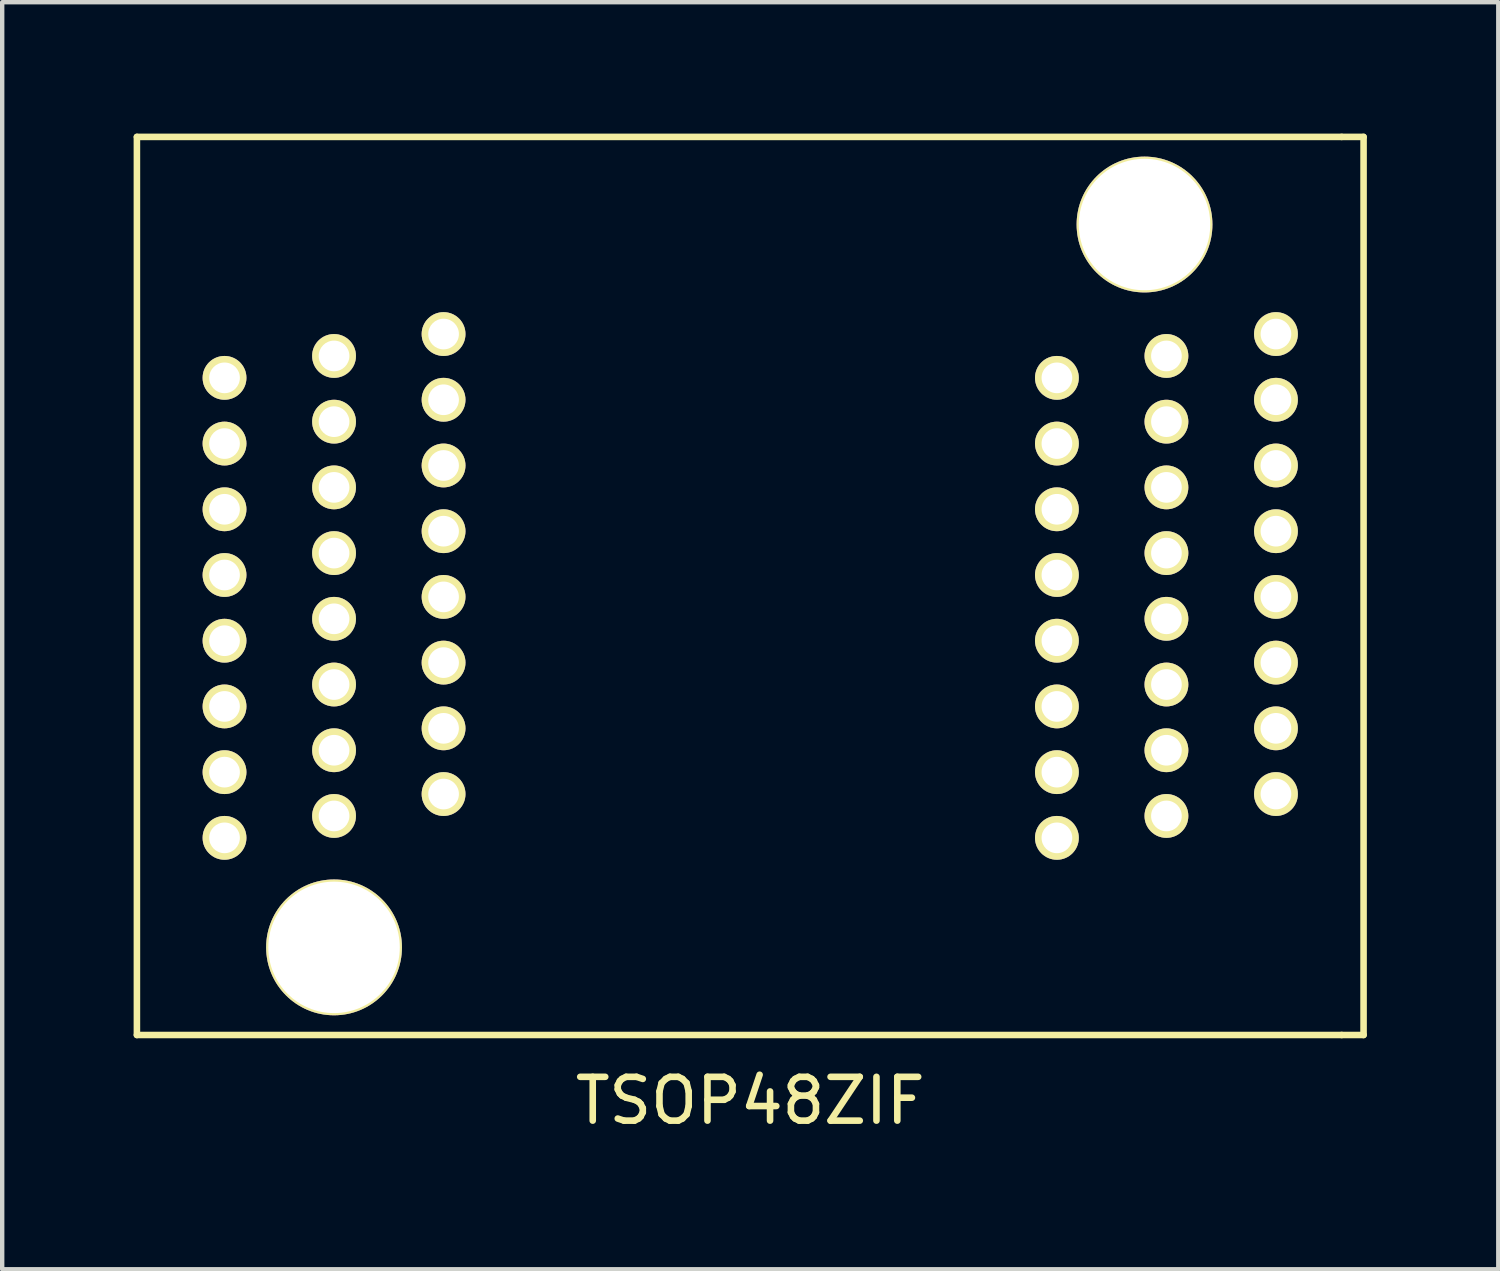
<source format=kicad_pcb>
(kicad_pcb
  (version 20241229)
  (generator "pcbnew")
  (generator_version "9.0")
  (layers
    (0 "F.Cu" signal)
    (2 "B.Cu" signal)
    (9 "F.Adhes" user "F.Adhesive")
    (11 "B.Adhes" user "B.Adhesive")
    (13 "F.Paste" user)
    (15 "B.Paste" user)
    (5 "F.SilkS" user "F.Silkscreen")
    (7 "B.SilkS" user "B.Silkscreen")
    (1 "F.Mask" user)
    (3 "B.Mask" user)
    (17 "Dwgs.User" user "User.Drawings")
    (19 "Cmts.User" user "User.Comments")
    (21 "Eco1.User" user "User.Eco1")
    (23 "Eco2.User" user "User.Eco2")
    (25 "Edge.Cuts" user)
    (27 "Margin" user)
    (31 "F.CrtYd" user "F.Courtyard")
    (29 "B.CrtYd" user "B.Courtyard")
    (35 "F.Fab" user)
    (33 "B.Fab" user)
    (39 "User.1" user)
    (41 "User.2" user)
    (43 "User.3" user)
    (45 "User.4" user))
  (footprint "TSOP48ZIF"
    (layer "F.Cu")
    (at 7.075 22.575)
    (property "Reference" "TSOP48ZIF" (at 7 -0.5 0) (layer "F.SilkS") (effects (font (size 1 1) (thickness 0.15))))
    (attr through_hole)
    (fp_line (start -7 -22.5) (end 20.5 -22.5) (stroke (width 0.15) (type solid)) (layer "F.SilkS"))
    (fp_line (start -7 -2) (end -7 -22.5) (stroke (width 0.15) (type solid)) (layer "F.SilkS"))
    (fp_line (start 20.5 -2) (end -7 -2) (stroke (width 0.15) (type solid)) (layer "F.SilkS"))
    (fp_line (start 21 -22.5) (end 20.5 -22.5) (stroke (width 0.15) (type solid)) (layer "F.SilkS"))
    (fp_line (start 21 -22.5) (end 21 -2) (stroke (width 0.15) (type solid)) (layer "F.SilkS"))
    (fp_line (start 21 -2) (end 20.5 -2) (stroke (width 0.15) (type solid)) (layer "F.SilkS"))
    (pad "1" thru_hole circle (at 0 -18 180) (size 1 1) (drill 0.7) (layers "*.Cu" "*.Mask" "F.SilkS"))
    (pad "2" thru_hole circle (at -2.5 -17.5 180) (size 1 1) (drill 0.7) (layers "*.Cu" "*.Mask" "F.SilkS"))
    (pad "3" thru_hole circle (at -5 -17 180) (size 1 1) (drill 0.7) (layers "*.Cu" "*.Mask" "F.SilkS"))
    (pad "4" thru_hole circle (at 0 -16.5 180) (size 1 1) (drill 0.7) (layers "*.Cu" "*.Mask" "F.SilkS"))
    (pad "5" thru_hole circle (at -2.5 -16 180) (size 1 1) (drill 0.7) (layers "*.Cu" "*.Mask" "F.SilkS"))
    (pad "6" thru_hole circle (at -5 -15.5 180) (size 1 1) (drill 0.7) (layers "*.Cu" "*.Mask" "F.SilkS"))
    (pad "7" thru_hole circle (at 0 -15 180) (size 1 1) (drill 0.7) (layers "*.Cu" "*.Mask" "F.SilkS"))
    (pad "8" thru_hole circle (at -2.5 -14.5 180) (size 1 1) (drill 0.7) (layers "*.Cu" "*.Mask" "F.SilkS"))
    (pad "9" thru_hole circle (at -5 -14 180) (size 1 1) (drill 0.7) (layers "*.Cu" "*.Mask" "F.SilkS"))
    (pad "10" thru_hole circle (at 0 -13.5 180) (size 1 1) (drill 0.7) (layers "*.Cu" "*.Mask" "F.SilkS"))
    (pad "11" thru_hole circle (at -2.5 -13 180) (size 1 1) (drill 0.7) (layers "*.Cu" "*.Mask" "F.SilkS"))
    (pad "12" thru_hole circle (at -5 -12.5 180) (size 1 1) (drill 0.7) (layers "*.Cu" "*.Mask" "F.SilkS"))
    (pad "13" thru_hole circle (at 0 -12 180) (size 1 1) (drill 0.7) (layers "*.Cu" "*.Mask" "F.SilkS"))
    (pad "14" thru_hole circle (at -2.5 -11.5 180) (size 1 1) (drill 0.7) (layers "*.Cu" "*.Mask" "F.SilkS"))
    (pad "15" thru_hole circle (at -5 -11 180) (size 1 1) (drill 0.7) (layers "*.Cu" "*.Mask" "F.SilkS"))
    (pad "16" thru_hole circle (at 0 -10.5 180) (size 1 1) (drill 0.7) (layers "*.Cu" "*.Mask" "F.SilkS"))
    (pad "17" thru_hole circle (at -2.5 -10 180) (size 1 1) (drill 0.7) (layers "*.Cu" "*.Mask" "F.SilkS"))
    (pad "18" thru_hole circle (at -5 -9.5 180) (size 1 1) (drill 0.7) (layers "*.Cu" "*.Mask" "F.SilkS"))
    (pad "19" thru_hole circle (at 0 -9 180) (size 1 1) (drill 0.7) (layers "*.Cu" "*.Mask" "F.SilkS"))
    (pad "20" thru_hole circle (at -2.5 -8.5 180) (size 1 1) (drill 0.7) (layers "*.Cu" "*.Mask" "F.SilkS"))
    (pad "21" thru_hole circle (at -5 -8 180) (size 1 1) (drill 0.7) (layers "*.Cu" "*.Mask" "F.SilkS"))
    (pad "22" thru_hole circle (at 0 -7.5 180) (size 1 1) (drill 0.7) (layers "*.Cu" "*.Mask" "F.SilkS"))
    (pad "23" thru_hole circle (at -2.5 -7 180) (size 1 1) (drill 0.7) (layers "*.Cu" "*.Mask" "F.SilkS"))
    (pad "24" thru_hole circle (at -5 -6.5 180) (size 1 1) (drill 0.7) (layers "*.Cu" "*.Mask" "F.SilkS"))
    (pad "25" thru_hole circle (at 14 -6.5 180) (size 1 1) (drill 0.7) (layers "*.Cu" "*.Mask" "F.SilkS"))
    (pad "26" thru_hole circle (at 16 -20.5) (size 3.1 3.1) (drill 3) (layers "*.Cu" "*.Mask" "F.SilkS"))
    (pad "26" thru_hole circle (at 16.5 -7 180) (size 1 1) (drill 0.7) (layers "*.Cu" "*.Mask" "F.SilkS"))
    (pad "27" thru_hole circle (at -2.5 -4) (size 3.1 3.1) (drill 3) (layers "*.Cu" "*.Mask" "F.SilkS"))
    (pad "27" thru_hole circle (at 19 -7.5 180) (size 1 1) (drill 0.7) (layers "*.Cu" "*.Mask" "F.SilkS"))
    (pad "28" thru_hole circle (at 14 -8 180) (size 1 1) (drill 0.7) (layers "*.Cu" "*.Mask" "F.SilkS"))
    (pad "29" thru_hole circle (at 16.5 -8.5 180) (size 1 1) (drill 0.7) (layers "*.Cu" "*.Mask" "F.SilkS"))
    (pad "30" thru_hole circle (at 19 -9 180) (size 1 1) (drill 0.7) (layers "*.Cu" "*.Mask" "F.SilkS"))
    (pad "31" thru_hole circle (at 14 -9.5 180) (size 1 1) (drill 0.7) (layers "*.Cu" "*.Mask" "F.SilkS"))
    (pad "32" thru_hole circle (at 16.5 -10 180) (size 1 1) (drill 0.7) (layers "*.Cu" "*.Mask" "F.SilkS"))
    (pad "33" thru_hole circle (at 19 -10.5 180) (size 1 1) (drill 0.7) (layers "*.Cu" "*.Mask" "F.SilkS"))
    (pad "34" thru_hole circle (at 14 -11 180) (size 1 1) (drill 0.7) (layers "*.Cu" "*.Mask" "F.SilkS"))
    (pad "35" thru_hole circle (at 16.5 -11.5 180) (size 1 1) (drill 0.7) (layers "*.Cu" "*.Mask" "F.SilkS"))
    (pad "36" thru_hole circle (at 19 -12 180) (size 1 1) (drill 0.7) (layers "*.Cu" "*.Mask" "F.SilkS"))
    (pad "37" thru_hole circle (at 14 -12.5 180) (size 1 1) (drill 0.7) (layers "*.Cu" "*.Mask" "F.SilkS"))
    (pad "38" thru_hole circle (at 16.5 -13 180) (size 1 1) (drill 0.7) (layers "*.Cu" "*.Mask" "F.SilkS"))
    (pad "39" thru_hole circle (at 19 -13.5 180) (size 1 1) (drill 0.7) (layers "*.Cu" "*.Mask" "F.SilkS"))
    (pad "40" thru_hole circle (at 14 -14 180) (size 1 1) (drill 0.7) (layers "*.Cu" "*.Mask" "F.SilkS"))
    (pad "41" thru_hole circle (at 16.5 -14.5 180) (size 1 1) (drill 0.7) (layers "*.Cu" "*.Mask" "F.SilkS"))
    (pad "42" thru_hole circle (at 19 -15 180) (size 1 1) (drill 0.7) (layers "*.Cu" "*.Mask" "F.SilkS"))
    (pad "43" thru_hole circle (at 14 -15.5 180) (size 1 1) (drill 0.7) (layers "*.Cu" "*.Mask" "F.SilkS"))
    (pad "44" thru_hole circle (at 16.5 -16 180) (size 1 1) (drill 0.7) (layers "*.Cu" "*.Mask" "F.SilkS"))
    (pad "45" thru_hole circle (at 19 -16.5 180) (size 1 1) (drill 0.7) (layers "*.Cu" "*.Mask" "F.SilkS"))
    (pad "46" thru_hole circle (at 14 -17 180) (size 1 1) (drill 0.7) (layers "*.Cu" "*.Mask" "F.SilkS"))
    (pad "47" thru_hole circle (at 16.5 -17.5 180) (size 1 1) (drill 0.7) (layers "*.Cu" "*.Mask" "F.SilkS"))
    (pad "48" thru_hole circle (at 19 -18 180) (size 1 1) (drill 0.7) (layers "*.Cu" "*.Mask" "F.SilkS")))
  (gr_rect
    (start -3 -3)
    (end 31.15 25.923)
    (stroke (width 0.1) (type default))
    (fill no)
    (layer "Edge.Cuts")))
</source>
